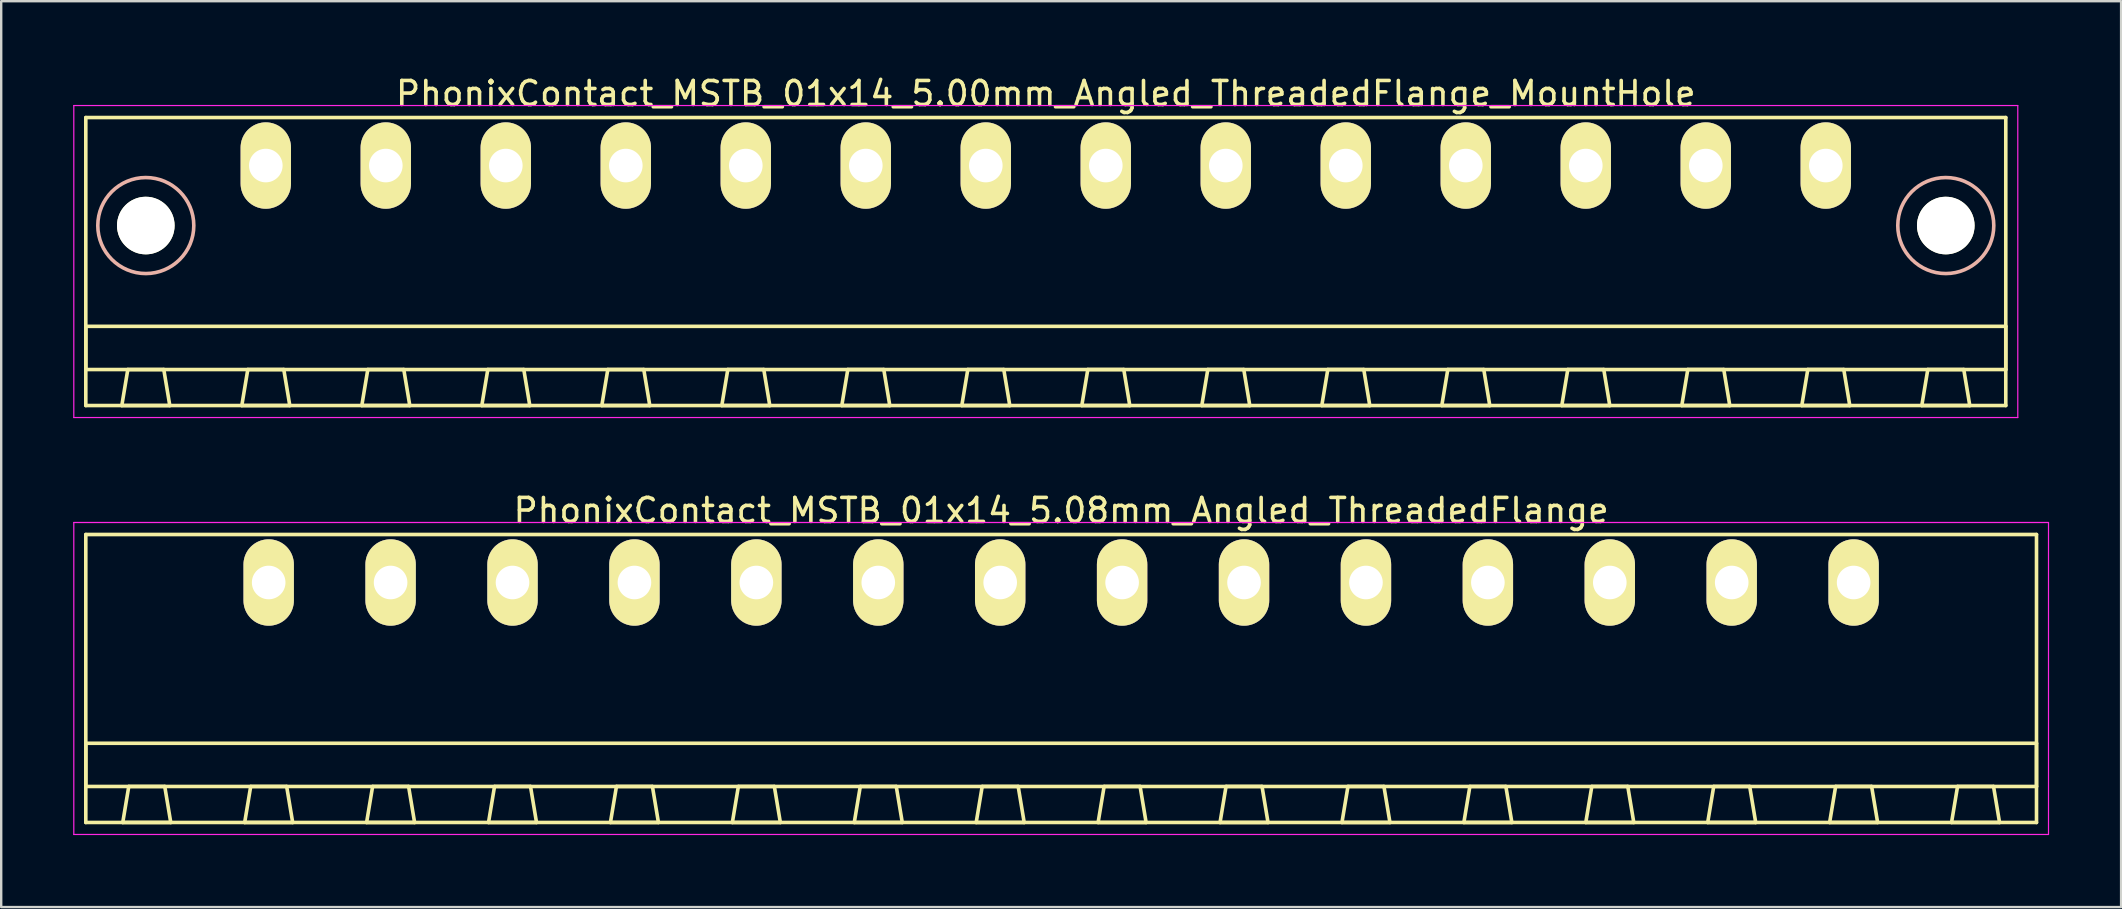
<source format=kicad_pcb>
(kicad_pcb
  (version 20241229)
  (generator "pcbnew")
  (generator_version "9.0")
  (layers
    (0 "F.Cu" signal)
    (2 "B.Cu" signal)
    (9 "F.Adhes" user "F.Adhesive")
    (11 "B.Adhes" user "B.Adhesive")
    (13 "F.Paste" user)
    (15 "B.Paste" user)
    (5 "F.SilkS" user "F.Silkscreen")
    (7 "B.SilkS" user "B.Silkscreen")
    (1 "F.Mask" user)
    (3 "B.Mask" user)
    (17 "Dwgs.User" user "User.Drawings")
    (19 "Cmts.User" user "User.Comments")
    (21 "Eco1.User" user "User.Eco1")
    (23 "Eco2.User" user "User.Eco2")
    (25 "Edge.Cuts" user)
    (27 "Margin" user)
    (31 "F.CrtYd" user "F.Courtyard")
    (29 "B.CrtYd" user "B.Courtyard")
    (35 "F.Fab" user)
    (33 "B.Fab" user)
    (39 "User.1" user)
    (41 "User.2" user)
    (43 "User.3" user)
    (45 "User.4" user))
  (footprint "PhonixContact_MSTB_01x14_5.08mm_Angled_ThreadedFlange"
    (layer "F.Cu")
    (at 8.145 21.221)
    (property "Reference" "PhonixContact_MSTB_01x14_5.08mm_Angled_ThreadedFlange" (at 33.02 -3 0) (layer "F.SilkS") (effects (font (size 1 1) (thickness 0.15))))
    (attr through_hole)
    (fp_line (start -7.62 -2) (end -7.62 10) (stroke (width 0.15) (type solid)) (layer "F.SilkS"))
    (fp_line (start -7.62 6.7) (end 73.66 6.7) (stroke (width 0.15) (type solid)) (layer "F.SilkS"))
    (fp_line (start -7.62 8.5) (end -7.62 6.7) (stroke (width 0.15) (type solid)) (layer "F.SilkS"))
    (fp_line (start -7.62 10) (end 73.66 10) (stroke (width 0.15) (type solid)) (layer "F.SilkS"))
    (fp_line (start -6.08 10) (end -4.08 10) (stroke (width 0.15) (type solid)) (layer "F.SilkS"))
    (fp_line (start -5.83 8.5) (end -6.08 10) (stroke (width 0.15) (type solid)) (layer "F.SilkS"))
    (fp_line (start -4.33 8.5) (end -5.83 8.5) (stroke (width 0.15) (type solid)) (layer "F.SilkS"))
    (fp_line (start -4.08 10) (end -4.33 8.5) (stroke (width 0.15) (type solid)) (layer "F.SilkS"))
    (fp_line (start -1 10) (end 1 10) (stroke (width 0.15) (type solid)) (layer "F.SilkS"))
    (fp_line (start -0.75 8.5) (end -1 10) (stroke (width 0.15) (type solid)) (layer "F.SilkS"))
    (fp_line (start 0.75 8.5) (end -0.75 8.5) (stroke (width 0.15) (type solid)) (layer "F.SilkS"))
    (fp_line (start 1 10) (end 0.75 8.5) (stroke (width 0.15) (type solid)) (layer "F.SilkS"))
    (fp_line (start 4.08 10) (end 6.08 10) (stroke (width 0.15) (type solid)) (layer "F.SilkS"))
    (fp_line (start 4.33 8.5) (end 4.08 10) (stroke (width 0.15) (type solid)) (layer "F.SilkS"))
    (fp_line (start 5.83 8.5) (end 4.33 8.5) (stroke (width 0.15) (type solid)) (layer "F.SilkS"))
    (fp_line (start 6.08 10) (end 5.83 8.5) (stroke (width 0.15) (type solid)) (layer "F.SilkS"))
    (fp_line (start 9.16 10) (end 11.16 10) (stroke (width 0.15) (type solid)) (layer "F.SilkS"))
    (fp_line (start 9.41 8.5) (end 9.16 10) (stroke (width 0.15) (type solid)) (layer "F.SilkS"))
    (fp_line (start 10.91 8.5) (end 9.41 8.5) (stroke (width 0.15) (type solid)) (layer "F.SilkS"))
    (fp_line (start 11.16 10) (end 10.91 8.5) (stroke (width 0.15) (type solid)) (layer "F.SilkS"))
    (fp_line (start 14.24 10) (end 16.24 10) (stroke (width 0.15) (type solid)) (layer "F.SilkS"))
    (fp_line (start 14.49 8.5) (end 14.24 10) (stroke (width 0.15) (type solid)) (layer "F.SilkS"))
    (fp_line (start 15.99 8.5) (end 14.49 8.5) (stroke (width 0.15) (type solid)) (layer "F.SilkS"))
    (fp_line (start 16.24 10) (end 15.99 8.5) (stroke (width 0.15) (type solid)) (layer "F.SilkS"))
    (fp_line (start 19.32 10) (end 21.32 10) (stroke (width 0.15) (type solid)) (layer "F.SilkS"))
    (fp_line (start 19.57 8.5) (end 19.32 10) (stroke (width 0.15) (type solid)) (layer "F.SilkS"))
    (fp_line (start 21.07 8.5) (end 19.57 8.5) (stroke (width 0.15) (type solid)) (layer "F.SilkS"))
    (fp_line (start 21.32 10) (end 21.07 8.5) (stroke (width 0.15) (type solid)) (layer "F.SilkS"))
    (fp_line (start 24.4 10) (end 26.4 10) (stroke (width 0.15) (type solid)) (layer "F.SilkS"))
    (fp_line (start 24.65 8.5) (end 24.4 10) (stroke (width 0.15) (type solid)) (layer "F.SilkS"))
    (fp_line (start 26.15 8.5) (end 24.65 8.5) (stroke (width 0.15) (type solid)) (layer "F.SilkS"))
    (fp_line (start 26.4 10) (end 26.15 8.5) (stroke (width 0.15) (type solid)) (layer "F.SilkS"))
    (fp_line (start 29.48 10) (end 31.48 10) (stroke (width 0.15) (type solid)) (layer "F.SilkS"))
    (fp_line (start 29.73 8.5) (end 29.48 10) (stroke (width 0.15) (type solid)) (layer "F.SilkS"))
    (fp_line (start 31.23 8.5) (end 29.73 8.5) (stroke (width 0.15) (type solid)) (layer "F.SilkS"))
    (fp_line (start 31.48 10) (end 31.23 8.5) (stroke (width 0.15) (type solid)) (layer "F.SilkS"))
    (fp_line (start 34.56 10) (end 36.56 10) (stroke (width 0.15) (type solid)) (layer "F.SilkS"))
    (fp_line (start 34.81 8.5) (end 34.56 10) (stroke (width 0.15) (type solid)) (layer "F.SilkS"))
    (fp_line (start 36.31 8.5) (end 34.81 8.5) (stroke (width 0.15) (type solid)) (layer "F.SilkS"))
    (fp_line (start 36.56 10) (end 36.31 8.5) (stroke (width 0.15) (type solid)) (layer "F.SilkS"))
    (fp_line (start 39.64 10) (end 41.64 10) (stroke (width 0.15) (type solid)) (layer "F.SilkS"))
    (fp_line (start 39.89 8.5) (end 39.64 10) (stroke (width 0.15) (type solid)) (layer "F.SilkS"))
    (fp_line (start 41.39 8.5) (end 39.89 8.5) (stroke (width 0.15) (type solid)) (layer "F.SilkS"))
    (fp_line (start 41.64 10) (end 41.39 8.5) (stroke (width 0.15) (type solid)) (layer "F.SilkS"))
    (fp_line (start 44.72 10) (end 46.72 10) (stroke (width 0.15) (type solid)) (layer "F.SilkS"))
    (fp_line (start 44.97 8.5) (end 44.72 10) (stroke (width 0.15) (type solid)) (layer "F.SilkS"))
    (fp_line (start 46.47 8.5) (end 44.97 8.5) (stroke (width 0.15) (type solid)) (layer "F.SilkS"))
    (fp_line (start 46.72 10) (end 46.47 8.5) (stroke (width 0.15) (type solid)) (layer "F.SilkS"))
    (fp_line (start 49.8 10) (end 51.8 10) (stroke (width 0.15) (type solid)) (layer "F.SilkS"))
    (fp_line (start 50.05 8.5) (end 49.8 10) (stroke (width 0.15) (type solid)) (layer "F.SilkS"))
    (fp_line (start 51.55 8.5) (end 50.05 8.5) (stroke (width 0.15) (type solid)) (layer "F.SilkS"))
    (fp_line (start 51.8 10) (end 51.55 8.5) (stroke (width 0.15) (type solid)) (layer "F.SilkS"))
    (fp_line (start 54.88 10) (end 56.88 10) (stroke (width 0.15) (type solid)) (layer "F.SilkS"))
    (fp_line (start 55.13 8.5) (end 54.88 10) (stroke (width 0.15) (type solid)) (layer "F.SilkS"))
    (fp_line (start 56.63 8.5) (end 55.13 8.5) (stroke (width 0.15) (type solid)) (layer "F.SilkS"))
    (fp_line (start 56.88 10) (end 56.63 8.5) (stroke (width 0.15) (type solid)) (layer "F.SilkS"))
    (fp_line (start 59.96 10) (end 61.96 10) (stroke (width 0.15) (type solid)) (layer "F.SilkS"))
    (fp_line (start 60.21 8.5) (end 59.96 10) (stroke (width 0.15) (type solid)) (layer "F.SilkS"))
    (fp_line (start 61.71 8.5) (end 60.21 8.5) (stroke (width 0.15) (type solid)) (layer "F.SilkS"))
    (fp_line (start 61.96 10) (end 61.71 8.5) (stroke (width 0.15) (type solid)) (layer "F.SilkS"))
    (fp_line (start 65.04 10) (end 67.04 10) (stroke (width 0.15) (type solid)) (layer "F.SilkS"))
    (fp_line (start 65.29 8.5) (end 65.04 10) (stroke (width 0.15) (type solid)) (layer "F.SilkS"))
    (fp_line (start 66.79 8.5) (end 65.29 8.5) (stroke (width 0.15) (type solid)) (layer "F.SilkS"))
    (fp_line (start 67.04 10) (end 66.79 8.5) (stroke (width 0.15) (type solid)) (layer "F.SilkS"))
    (fp_line (start 70.12 10) (end 72.12 10) (stroke (width 0.15) (type solid)) (layer "F.SilkS"))
    (fp_line (start 70.37 8.5) (end 70.12 10) (stroke (width 0.15) (type solid)) (layer "F.SilkS"))
    (fp_line (start 71.87 8.5) (end 70.37 8.5) (stroke (width 0.15) (type solid)) (layer "F.SilkS"))
    (fp_line (start 72.12 10) (end 71.87 8.5) (stroke (width 0.15) (type solid)) (layer "F.SilkS"))
    (fp_line (start 73.66 -2) (end -7.62 -2) (stroke (width 0.15) (type solid)) (layer "F.SilkS"))
    (fp_line (start 73.66 6.7) (end 73.66 8.5) (stroke (width 0.15) (type solid)) (layer "F.SilkS"))
    (fp_line (start 73.66 8.5) (end -7.62 8.5) (stroke (width 0.15) (type solid)) (layer "F.SilkS"))
    (fp_line (start 73.66 10) (end 73.66 -2) (stroke (width 0.15) (type solid)) (layer "F.SilkS"))
    (fp_line (start -8.12 -2.5) (end -8.12 10.5) (stroke (width 0.05) (type solid)) (layer "F.CrtYd"))
    (fp_line (start -8.12 10.5) (end 74.16 10.5) (stroke (width 0.05) (type solid)) (layer "F.CrtYd"))
    (fp_line (start 74.16 -2.5) (end -8.12 -2.5) (stroke (width 0.05) (type solid)) (layer "F.CrtYd"))
    (fp_line (start 74.16 10.5) (end 74.16 -2.5) (stroke (width 0.05) (type solid)) (layer "F.CrtYd"))
    (pad "1" thru_hole oval (at 0 0) (size 2.1 3.6) (drill 1.4) (layers "*.Cu" "*.Mask" "F.SilkS"))
    (pad "2" thru_hole oval (at 5.08 0) (size 2.1 3.6) (drill 1.4) (layers "*.Cu" "*.Mask" "F.SilkS"))
    (pad "3" thru_hole oval (at 10.16 0) (size 2.1 3.6) (drill 1.4) (layers "*.Cu" "*.Mask" "F.SilkS"))
    (pad "4" thru_hole oval (at 15.24 0) (size 2.1 3.6) (drill 1.4) (layers "*.Cu" "*.Mask" "F.SilkS"))
    (pad "5" thru_hole oval (at 20.32 0) (size 2.1 3.6) (drill 1.4) (layers "*.Cu" "*.Mask" "F.SilkS"))
    (pad "6" thru_hole oval (at 25.4 0) (size 2.1 3.6) (drill 1.4) (layers "*.Cu" "*.Mask" "F.SilkS"))
    (pad "7" thru_hole oval (at 30.48 0) (size 2.1 3.6) (drill 1.4) (layers "*.Cu" "*.Mask" "F.SilkS"))
    (pad "8" thru_hole oval (at 35.56 0) (size 2.1 3.6) (drill 1.4) (layers "*.Cu" "*.Mask" "F.SilkS"))
    (pad "9" thru_hole oval (at 40.64 0) (size 2.1 3.6) (drill 1.4) (layers "*.Cu" "*.Mask" "F.SilkS"))
    (pad "10" thru_hole oval (at 45.72 0) (size 2.1 3.6) (drill 1.4) (layers "*.Cu" "*.Mask" "F.SilkS"))
    (pad "11" thru_hole oval (at 50.8 0) (size 2.1 3.6) (drill 1.4) (layers "*.Cu" "*.Mask" "F.SilkS"))
    (pad "12" thru_hole oval (at 55.88 0) (size 2.1 3.6) (drill 1.4) (layers "*.Cu" "*.Mask" "F.SilkS"))
    (pad "13" thru_hole oval (at 60.96 0) (size 2.1 3.6) (drill 1.4) (layers "*.Cu" "*.Mask" "F.SilkS"))
    (pad "14" thru_hole oval (at 66.04 0) (size 2.1 3.6) (drill 1.4) (layers "*.Cu" "*.Mask" "F.SilkS")))
  (footprint "PhonixContact_MSTB_01x14_5.00mm_Angled_ThreadedFlange_MountHole"
    (layer "F.Cu")
    (at 8.025 3.848)
    (property "Reference" "PhonixContact_MSTB_01x14_5.00mm_Angled_ThreadedFlange_MountHole" (at 32.5 -3 0) (layer "F.SilkS") (effects (font (size 1 1) (thickness 0.15))))
    (attr through_hole)
    (fp_line (start -7.5 -2) (end -7.5 10) (stroke (width 0.15) (type solid)) (layer "F.SilkS"))
    (fp_line (start -7.5 6.7) (end 72.5 6.7) (stroke (width 0.15) (type solid)) (layer "F.SilkS"))
    (fp_line (start -7.5 8.5) (end -7.5 6.7) (stroke (width 0.15) (type solid)) (layer "F.SilkS"))
    (fp_line (start -7.5 10) (end 72.5 10) (stroke (width 0.15) (type solid)) (layer "F.SilkS"))
    (fp_line (start -6 10) (end -4 10) (stroke (width 0.15) (type solid)) (layer "F.SilkS"))
    (fp_line (start -5.75 8.5) (end -6 10) (stroke (width 0.15) (type solid)) (layer "F.SilkS"))
    (fp_line (start -4.25 8.5) (end -5.75 8.5) (stroke (width 0.15) (type solid)) (layer "F.SilkS"))
    (fp_line (start -4 10) (end -4.25 8.5) (stroke (width 0.15) (type solid)) (layer "F.SilkS"))
    (fp_line (start -1 10) (end 1 10) (stroke (width 0.15) (type solid)) (layer "F.SilkS"))
    (fp_line (start -0.75 8.5) (end -1 10) (stroke (width 0.15) (type solid)) (layer "F.SilkS"))
    (fp_line (start 0.75 8.5) (end -0.75 8.5) (stroke (width 0.15) (type solid)) (layer "F.SilkS"))
    (fp_line (start 1 10) (end 0.75 8.5) (stroke (width 0.15) (type solid)) (layer "F.SilkS"))
    (fp_line (start 4 10) (end 6 10) (stroke (width 0.15) (type solid)) (layer "F.SilkS"))
    (fp_line (start 4.25 8.5) (end 4 10) (stroke (width 0.15) (type solid)) (layer "F.SilkS"))
    (fp_line (start 5.75 8.5) (end 4.25 8.5) (stroke (width 0.15) (type solid)) (layer "F.SilkS"))
    (fp_line (start 6 10) (end 5.75 8.5) (stroke (width 0.15) (type solid)) (layer "F.SilkS"))
    (fp_line (start 9 10) (end 11 10) (stroke (width 0.15) (type solid)) (layer "F.SilkS"))
    (fp_line (start 9.25 8.5) (end 9 10) (stroke (width 0.15) (type solid)) (layer "F.SilkS"))
    (fp_line (start 10.75 8.5) (end 9.25 8.5) (stroke (width 0.15) (type solid)) (layer "F.SilkS"))
    (fp_line (start 11 10) (end 10.75 8.5) (stroke (width 0.15) (type solid)) (layer "F.SilkS"))
    (fp_line (start 14 10) (end 16 10) (stroke (width 0.15) (type solid)) (layer "F.SilkS"))
    (fp_line (start 14.25 8.5) (end 14 10) (stroke (width 0.15) (type solid)) (layer "F.SilkS"))
    (fp_line (start 15.75 8.5) (end 14.25 8.5) (stroke (width 0.15) (type solid)) (layer "F.SilkS"))
    (fp_line (start 16 10) (end 15.75 8.5) (stroke (width 0.15) (type solid)) (layer "F.SilkS"))
    (fp_line (start 19 10) (end 21 10) (stroke (width 0.15) (type solid)) (layer "F.SilkS"))
    (fp_line (start 19.25 8.5) (end 19 10) (stroke (width 0.15) (type solid)) (layer "F.SilkS"))
    (fp_line (start 20.75 8.5) (end 19.25 8.5) (stroke (width 0.15) (type solid)) (layer "F.SilkS"))
    (fp_line (start 21 10) (end 20.75 8.5) (stroke (width 0.15) (type solid)) (layer "F.SilkS"))
    (fp_line (start 24 10) (end 26 10) (stroke (width 0.15) (type solid)) (layer "F.SilkS"))
    (fp_line (start 24.25 8.5) (end 24 10) (stroke (width 0.15) (type solid)) (layer "F.SilkS"))
    (fp_line (start 25.75 8.5) (end 24.25 8.5) (stroke (width 0.15) (type solid)) (layer "F.SilkS"))
    (fp_line (start 26 10) (end 25.75 8.5) (stroke (width 0.15) (type solid)) (layer "F.SilkS"))
    (fp_line (start 29 10) (end 31 10) (stroke (width 0.15) (type solid)) (layer "F.SilkS"))
    (fp_line (start 29.25 8.5) (end 29 10) (stroke (width 0.15) (type solid)) (layer "F.SilkS"))
    (fp_line (start 30.75 8.5) (end 29.25 8.5) (stroke (width 0.15) (type solid)) (layer "F.SilkS"))
    (fp_line (start 31 10) (end 30.75 8.5) (stroke (width 0.15) (type solid)) (layer "F.SilkS"))
    (fp_line (start 34 10) (end 36 10) (stroke (width 0.15) (type solid)) (layer "F.SilkS"))
    (fp_line (start 34.25 8.5) (end 34 10) (stroke (width 0.15) (type solid)) (layer "F.SilkS"))
    (fp_line (start 35.75 8.5) (end 34.25 8.5) (stroke (width 0.15) (type solid)) (layer "F.SilkS"))
    (fp_line (start 36 10) (end 35.75 8.5) (stroke (width 0.15) (type solid)) (layer "F.SilkS"))
    (fp_line (start 39 10) (end 41 10) (stroke (width 0.15) (type solid)) (layer "F.SilkS"))
    (fp_line (start 39.25 8.5) (end 39 10) (stroke (width 0.15) (type solid)) (layer "F.SilkS"))
    (fp_line (start 40.75 8.5) (end 39.25 8.5) (stroke (width 0.15) (type solid)) (layer "F.SilkS"))
    (fp_line (start 41 10) (end 40.75 8.5) (stroke (width 0.15) (type solid)) (layer "F.SilkS"))
    (fp_line (start 44 10) (end 46 10) (stroke (width 0.15) (type solid)) (layer "F.SilkS"))
    (fp_line (start 44.25 8.5) (end 44 10) (stroke (width 0.15) (type solid)) (layer "F.SilkS"))
    (fp_line (start 45.75 8.5) (end 44.25 8.5) (stroke (width 0.15) (type solid)) (layer "F.SilkS"))
    (fp_line (start 46 10) (end 45.75 8.5) (stroke (width 0.15) (type solid)) (layer "F.SilkS"))
    (fp_line (start 49 10) (end 51 10) (stroke (width 0.15) (type solid)) (layer "F.SilkS"))
    (fp_line (start 49.25 8.5) (end 49 10) (stroke (width 0.15) (type solid)) (layer "F.SilkS"))
    (fp_line (start 50.75 8.5) (end 49.25 8.5) (stroke (width 0.15) (type solid)) (layer "F.SilkS"))
    (fp_line (start 51 10) (end 50.75 8.5) (stroke (width 0.15) (type solid)) (layer "F.SilkS"))
    (fp_line (start 54 10) (end 56 10) (stroke (width 0.15) (type solid)) (layer "F.SilkS"))
    (fp_line (start 54.25 8.5) (end 54 10) (stroke (width 0.15) (type solid)) (layer "F.SilkS"))
    (fp_line (start 55.75 8.5) (end 54.25 8.5) (stroke (width 0.15) (type solid)) (layer "F.SilkS"))
    (fp_line (start 56 10) (end 55.75 8.5) (stroke (width 0.15) (type solid)) (layer "F.SilkS"))
    (fp_line (start 59 10) (end 61 10) (stroke (width 0.15) (type solid)) (layer "F.SilkS"))
    (fp_line (start 59.25 8.5) (end 59 10) (stroke (width 0.15) (type solid)) (layer "F.SilkS"))
    (fp_line (start 60.75 8.5) (end 59.25 8.5) (stroke (width 0.15) (type solid)) (layer "F.SilkS"))
    (fp_line (start 61 10) (end 60.75 8.5) (stroke (width 0.15) (type solid)) (layer "F.SilkS"))
    (fp_line (start 64 10) (end 66 10) (stroke (width 0.15) (type solid)) (layer "F.SilkS"))
    (fp_line (start 64.25 8.5) (end 64 10) (stroke (width 0.15) (type solid)) (layer "F.SilkS"))
    (fp_line (start 65.75 8.5) (end 64.25 8.5) (stroke (width 0.15) (type solid)) (layer "F.SilkS"))
    (fp_line (start 66 10) (end 65.75 8.5) (stroke (width 0.15) (type solid)) (layer "F.SilkS"))
    (fp_line (start 69 10) (end 71 10) (stroke (width 0.15) (type solid)) (layer "F.SilkS"))
    (fp_line (start 69.25 8.5) (end 69 10) (stroke (width 0.15) (type solid)) (layer "F.SilkS"))
    (fp_line (start 70.75 8.5) (end 69.25 8.5) (stroke (width 0.15) (type solid)) (layer "F.SilkS"))
    (fp_line (start 71 10) (end 70.75 8.5) (stroke (width 0.15) (type solid)) (layer "F.SilkS"))
    (fp_line (start 72.5 -2) (end -7.5 -2) (stroke (width 0.15) (type solid)) (layer "F.SilkS"))
    (fp_line (start 72.5 6.7) (end 72.5 8.5) (stroke (width 0.15) (type solid)) (layer "F.SilkS"))
    (fp_line (start 72.5 8.5) (end -7.5 8.5) (stroke (width 0.15) (type solid)) (layer "F.SilkS"))
    (fp_line (start 72.5 10) (end 72.5 -2) (stroke (width 0.15) (type solid)) (layer "F.SilkS"))
    (fp_circle (center -5 2.5) (end -3 2.5) (stroke (width 0.15) (type solid)) (fill no) (layer "B.SilkS"))
    (fp_circle (center 70 2.5) (end 72 2.5) (stroke (width 0.15) (type solid)) (fill no) (layer "B.SilkS"))
    (fp_line (start -8 -2.5) (end -8 10.5) (stroke (width 0.05) (type solid)) (layer "F.CrtYd"))
    (fp_line (start -8 10.5) (end 73 10.5) (stroke (width 0.05) (type solid)) (layer "F.CrtYd"))
    (fp_line (start 73 -2.5) (end -8 -2.5) (stroke (width 0.05) (type solid)) (layer "F.CrtYd"))
    (fp_line (start 73 10.5) (end 73 -2.5) (stroke (width 0.05) (type solid)) (layer "F.CrtYd"))
    (pad "" np_thru_hole circle (at -5 2.5) (size 2.4 2.4) (drill 2.4) (layers "*.Cu" "*.Mask" "F.SilkS"))
    (pad "" np_thru_hole circle (at 70 2.5) (size 2.4 2.4) (drill 2.4) (layers "*.Cu" "*.Mask" "F.SilkS"))
    (pad "1" thru_hole oval (at 0 0) (size 2.1 3.6) (drill 1.4) (layers "*.Cu" "*.Mask" "F.SilkS"))
    (pad "2" thru_hole oval (at 5 0) (size 2.1 3.6) (drill 1.4) (layers "*.Cu" "*.Mask" "F.SilkS"))
    (pad "3" thru_hole oval (at 10 0) (size 2.1 3.6) (drill 1.4) (layers "*.Cu" "*.Mask" "F.SilkS"))
    (pad "4" thru_hole oval (at 15 0) (size 2.1 3.6) (drill 1.4) (layers "*.Cu" "*.Mask" "F.SilkS"))
    (pad "5" thru_hole oval (at 20 0) (size 2.1 3.6) (drill 1.4) (layers "*.Cu" "*.Mask" "F.SilkS"))
    (pad "6" thru_hole oval (at 25 0) (size 2.1 3.6) (drill 1.4) (layers "*.Cu" "*.Mask" "F.SilkS"))
    (pad "7" thru_hole oval (at 30 0) (size 2.1 3.6) (drill 1.4) (layers "*.Cu" "*.Mask" "F.SilkS"))
    (pad "8" thru_hole oval (at 35 0) (size 2.1 3.6) (drill 1.4) (layers "*.Cu" "*.Mask" "F.SilkS"))
    (pad "9" thru_hole oval (at 40 0) (size 2.1 3.6) (drill 1.4) (layers "*.Cu" "*.Mask" "F.SilkS"))
    (pad "10" thru_hole oval (at 45 0) (size 2.1 3.6) (drill 1.4) (layers "*.Cu" "*.Mask" "F.SilkS"))
    (pad "11" thru_hole oval (at 50 0) (size 2.1 3.6) (drill 1.4) (layers "*.Cu" "*.Mask" "F.SilkS"))
    (pad "12" thru_hole oval (at 55 0) (size 2.1 3.6) (drill 1.4) (layers "*.Cu" "*.Mask" "F.SilkS"))
    (pad "13" thru_hole oval (at 60 0) (size 2.1 3.6) (drill 1.4) (layers "*.Cu" "*.Mask" "F.SilkS"))
    (pad "14" thru_hole oval (at 65 0) (size 2.1 3.6) (drill 1.4) (layers "*.Cu" "*.Mask" "F.SilkS")))
  (gr_rect
    (start -3 -3)
    (end 85.33 34.746)
    (stroke (width 0.1) (type default))
    (fill no)
    (layer "Edge.Cuts")))
</source>
